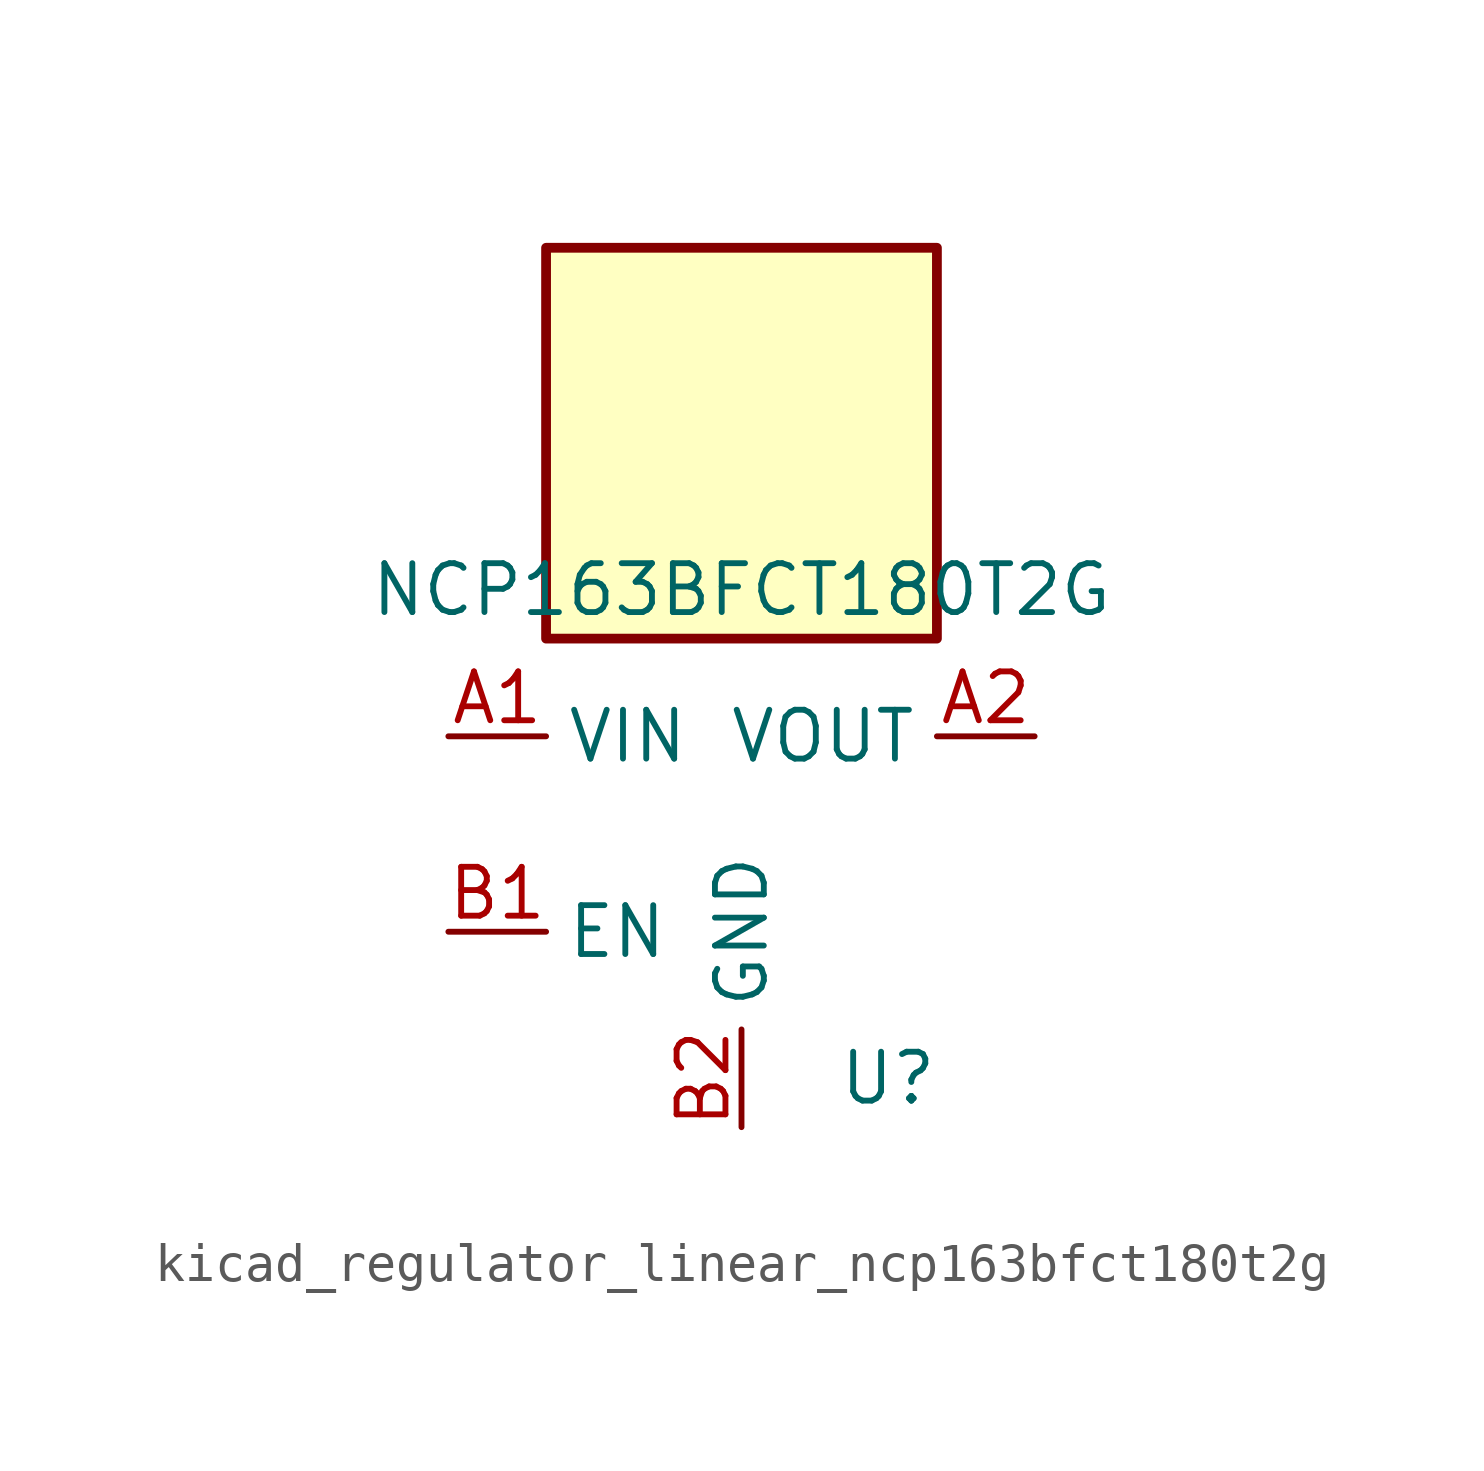
<source format=kicad_sym>
(kicad_symbol_lib
  (version 20220914)
  (generator kicad_symbol_editor)
  (symbol "kicad_regulator_linear_ncp163bfct180t2g"
    (property "Reference" "U"
      (at 3.81 -6.35 0)
      (effects (font (size 1.27 1.27))))
    (property "Value" "NCP163BFCT180T2G"
      (at 0 6.35 0)
      (effects (font (size 1.27 1.27))))
    (symbol "kicad_regulator_linear_ncp163bfct180t2g_0_1"
      (rectangle (start 5.08 15.24) (end -5.08 5.08) (stroke (width 0.254) (type default)) (fill (type background))))
    (symbol "kicad_regulator_linear_ncp163bfct180t2g_1_1"
      (pin power_in line (at -7.62 2.54 0) (length 2.54) (name "VIN" (effects (font (size 1.27 1.27)))) (number "A1" (effects (font (size 1.27 1.27)))))
      (pin power_out line (at 7.62 2.54 180) (length 2.54) (name "VOUT" (effects (font (size 1.27 1.27)))) (number "A2" (effects (font (size 1.27 1.27)))))
      (pin input line (at -7.62 -2.54 0) (length 2.54) (name "EN" (effects (font (size 1.27 1.27)))) (number "B1" (effects (font (size 1.27 1.27)))))
      (pin power_in line (at 0 -7.62 90) (length 2.54) (name "GND" (effects (font (size 1.27 1.27)))) (number "B2" (effects (font (size 1.27 1.27))))))))
</source>
